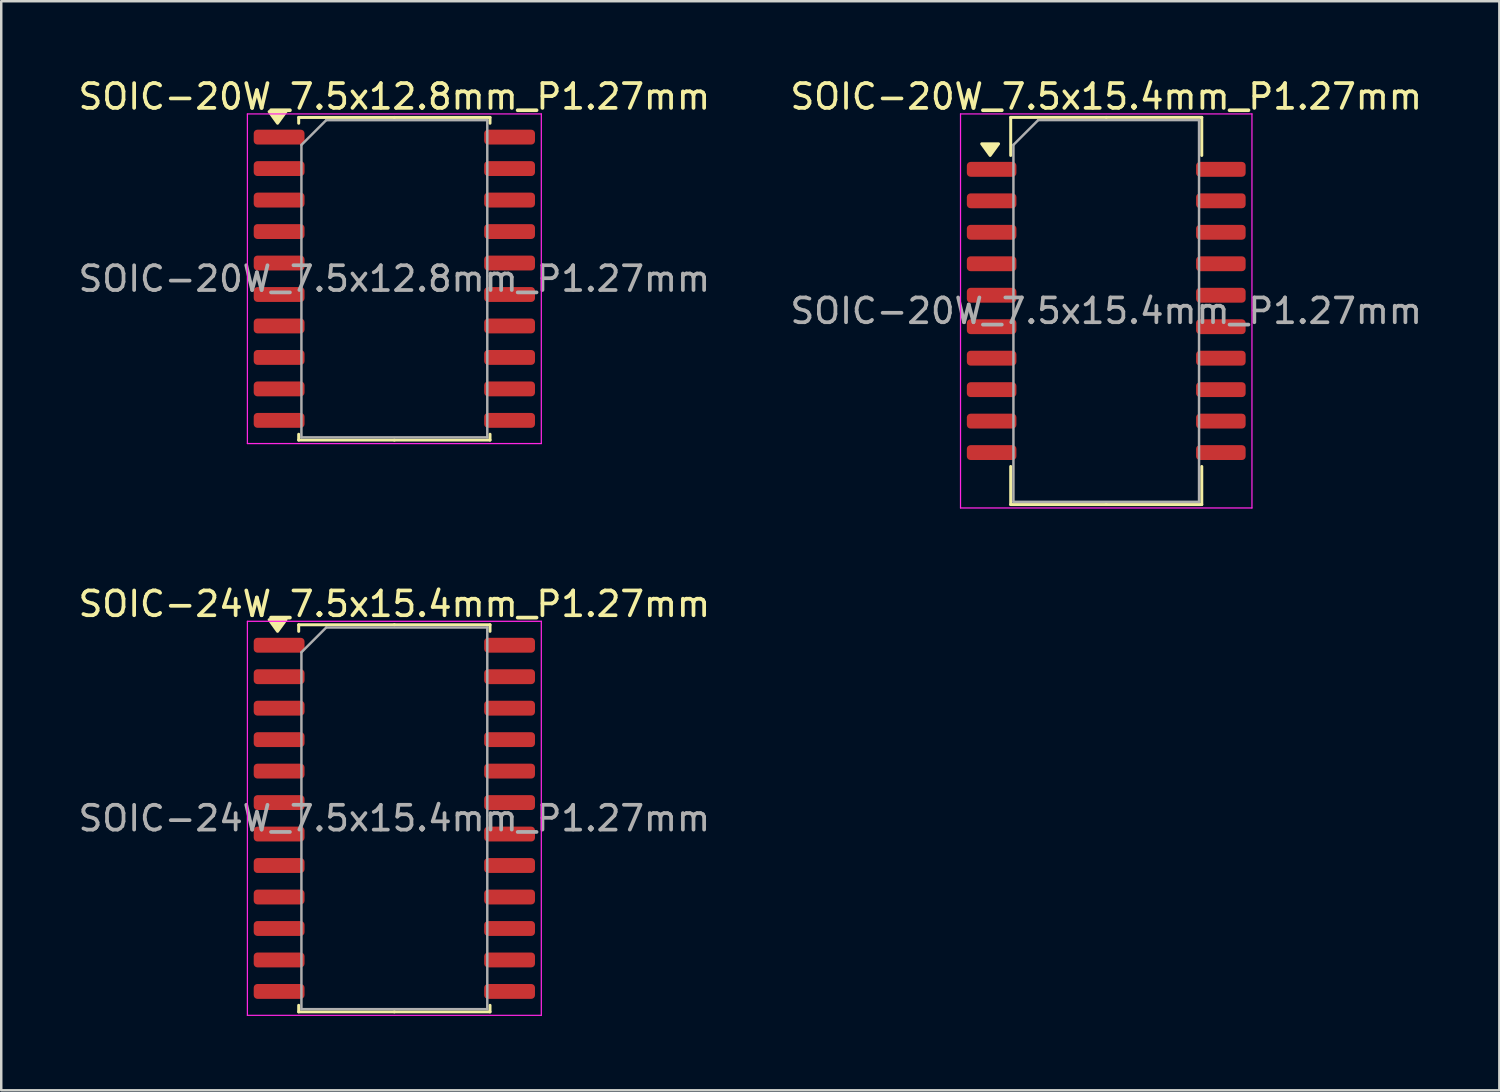
<source format=kicad_pcb>
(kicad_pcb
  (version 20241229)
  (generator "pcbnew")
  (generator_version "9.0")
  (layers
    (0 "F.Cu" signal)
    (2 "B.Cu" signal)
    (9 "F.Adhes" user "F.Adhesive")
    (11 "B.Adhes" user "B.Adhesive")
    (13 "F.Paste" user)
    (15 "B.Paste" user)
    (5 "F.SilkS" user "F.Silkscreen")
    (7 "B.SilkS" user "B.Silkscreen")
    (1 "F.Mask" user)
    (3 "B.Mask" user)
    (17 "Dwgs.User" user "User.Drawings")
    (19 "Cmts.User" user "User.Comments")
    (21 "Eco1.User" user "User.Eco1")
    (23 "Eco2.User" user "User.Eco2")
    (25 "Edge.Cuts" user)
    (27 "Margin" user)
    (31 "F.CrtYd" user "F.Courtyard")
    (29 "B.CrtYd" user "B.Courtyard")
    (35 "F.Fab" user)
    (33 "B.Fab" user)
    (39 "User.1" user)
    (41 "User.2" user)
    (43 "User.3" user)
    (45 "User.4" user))
  (footprint "SOIC-20W_7.5x15.4mm_P1.27mm"
    (layer "F.Cu")
    (at 41.589 9.498)
    (property "Reference" "SOIC-20W_7.5x15.4mm_P1.27mm" (at 0 -8.65 0) (layer "F.SilkS") (effects (font (size 1 1) (thickness 0.15))))
    (attr smd)
    (fp_line (start -3.855 -7.812) (end -3.855 -6.275) (stroke (width 0.12) (type solid)) (layer "F.SilkS"))
    (fp_line (start -3.855 7.812) (end -3.855 6.275) (stroke (width 0.12) (type solid)) (layer "F.SilkS"))
    (fp_line (start 0 -7.812) (end -3.855 -7.812) (stroke (width 0.12) (type solid)) (layer "F.SilkS"))
    (fp_line (start 0 -7.812) (end 3.855 -7.812) (stroke (width 0.12) (type solid)) (layer "F.SilkS"))
    (fp_line (start 0 7.812) (end -3.855 7.812) (stroke (width 0.12) (type solid)) (layer "F.SilkS"))
    (fp_line (start 0 7.812) (end 3.855 7.812) (stroke (width 0.12) (type solid)) (layer "F.SilkS"))
    (fp_line (start 3.855 -7.812) (end 3.855 -6.275) (stroke (width 0.12) (type solid)) (layer "F.SilkS"))
    (fp_line (start 3.855 7.812) (end 3.855 6.275) (stroke (width 0.12) (type solid)) (layer "F.SilkS"))
    (fp_poly (pts (xy -4.685 -6.275) (xy -5.025 -6.745) (xy -4.345 -6.745) (xy -4.685 -6.275)) (stroke (width 0.12) (type solid)) (fill yes) (layer "F.SilkS"))
    (fp_line (start -5.88 -7.95) (end -5.88 7.95) (stroke (width 0.05) (type solid)) (layer "F.CrtYd"))
    (fp_line (start -5.88 7.95) (end 5.88 7.95) (stroke (width 0.05) (type solid)) (layer "F.CrtYd"))
    (fp_line (start 5.88 -7.95) (end -5.88 -7.95) (stroke (width 0.05) (type solid)) (layer "F.CrtYd"))
    (fp_line (start 5.88 7.95) (end 5.88 -7.95) (stroke (width 0.05) (type solid)) (layer "F.CrtYd"))
    (fp_line (start -3.745 -6.702) (end -2.745 -7.702) (stroke (width 0.1) (type solid)) (layer "F.Fab"))
    (fp_line (start -3.745 7.702) (end -3.745 -6.702) (stroke (width 0.1) (type solid)) (layer "F.Fab"))
    (fp_line (start -2.745 -7.702) (end 3.745 -7.702) (stroke (width 0.1) (type solid)) (layer "F.Fab"))
    (fp_line (start 3.745 -7.702) (end 3.745 7.702) (stroke (width 0.1) (type solid)) (layer "F.Fab"))
    (fp_line (start 3.745 7.702) (end -3.745 7.702) (stroke (width 0.1) (type solid)) (layer "F.Fab"))
    (fp_text user "${REFERENCE}" (at 0 0 0) (layer "F.Fab") (effects (font (size 1 1) (thickness 0.15))))
    (pad "1" smd roundrect (at -4.625 -5.715) (size 2 0.6) (layers "F.Cu" "F.Mask" "F.Paste") (roundrect_rratio 0.25))
    (pad "2" smd roundrect (at -4.625 -4.445) (size 2 0.6) (layers "F.Cu" "F.Mask" "F.Paste") (roundrect_rratio 0.25))
    (pad "3" smd roundrect (at -4.625 -3.175) (size 2 0.6) (layers "F.Cu" "F.Mask" "F.Paste") (roundrect_rratio 0.25))
    (pad "4" smd roundrect (at -4.625 -1.905) (size 2 0.6) (layers "F.Cu" "F.Mask" "F.Paste") (roundrect_rratio 0.25))
    (pad "5" smd roundrect (at -4.625 -0.635) (size 2 0.6) (layers "F.Cu" "F.Mask" "F.Paste") (roundrect_rratio 0.25))
    (pad "6" smd roundrect (at -4.625 0.635) (size 2 0.6) (layers "F.Cu" "F.Mask" "F.Paste") (roundrect_rratio 0.25))
    (pad "7" smd roundrect (at -4.625 1.905) (size 2 0.6) (layers "F.Cu" "F.Mask" "F.Paste") (roundrect_rratio 0.25))
    (pad "8" smd roundrect (at -4.625 3.175) (size 2 0.6) (layers "F.Cu" "F.Mask" "F.Paste") (roundrect_rratio 0.25))
    (pad "9" smd roundrect (at -4.625 4.445) (size 2 0.6) (layers "F.Cu" "F.Mask" "F.Paste") (roundrect_rratio 0.25))
    (pad "10" smd roundrect (at -4.625 5.715) (size 2 0.6) (layers "F.Cu" "F.Mask" "F.Paste") (roundrect_rratio 0.25))
    (pad "11" smd roundrect (at 4.625 5.715) (size 2 0.6) (layers "F.Cu" "F.Mask" "F.Paste") (roundrect_rratio 0.25))
    (pad "12" smd roundrect (at 4.625 4.445) (size 2 0.6) (layers "F.Cu" "F.Mask" "F.Paste") (roundrect_rratio 0.25))
    (pad "13" smd roundrect (at 4.625 3.175) (size 2 0.6) (layers "F.Cu" "F.Mask" "F.Paste") (roundrect_rratio 0.25))
    (pad "14" smd roundrect (at 4.625 1.905) (size 2 0.6) (layers "F.Cu" "F.Mask" "F.Paste") (roundrect_rratio 0.25))
    (pad "15" smd roundrect (at 4.625 0.635) (size 2 0.6) (layers "F.Cu" "F.Mask" "F.Paste") (roundrect_rratio 0.25))
    (pad "16" smd roundrect (at 4.625 -0.635) (size 2 0.6) (layers "F.Cu" "F.Mask" "F.Paste") (roundrect_rratio 0.25))
    (pad "17" smd roundrect (at 4.625 -1.905) (size 2 0.6) (layers "F.Cu" "F.Mask" "F.Paste") (roundrect_rratio 0.25))
    (pad "18" smd roundrect (at 4.625 -3.175) (size 2 0.6) (layers "F.Cu" "F.Mask" "F.Paste") (roundrect_rratio 0.25))
    (pad "19" smd roundrect (at 4.625 -4.445) (size 2 0.6) (layers "F.Cu" "F.Mask" "F.Paste") (roundrect_rratio 0.25))
    (pad "20" smd roundrect (at 4.625 -5.715) (size 2 0.6) (layers "F.Cu" "F.Mask" "F.Paste") (roundrect_rratio 0.25)))
  (footprint "SOIC-24W_7.5x15.4mm_P1.27mm"
    (layer "F.Cu")
    (at 12.863 29.971)
    (property "Reference" "SOIC-24W_7.5x15.4mm_P1.27mm" (at 0 -8.65 0) (layer "F.SilkS") (effects (font (size 1 1) (thickness 0.15))))
    (attr smd)
    (fp_line (start -3.86 -7.81) (end -3.86 -7.545) (stroke (width 0.12) (type solid)) (layer "F.SilkS"))
    (fp_line (start -3.86 7.81) (end -3.86 7.545) (stroke (width 0.12) (type solid)) (layer "F.SilkS"))
    (fp_line (start 0 -7.81) (end -3.86 -7.81) (stroke (width 0.12) (type solid)) (layer "F.SilkS"))
    (fp_line (start 0 -7.81) (end 3.86 -7.81) (stroke (width 0.12) (type solid)) (layer "F.SilkS"))
    (fp_line (start 0 7.81) (end -3.86 7.81) (stroke (width 0.12) (type solid)) (layer "F.SilkS"))
    (fp_line (start 0 7.81) (end 3.86 7.81) (stroke (width 0.12) (type solid)) (layer "F.SilkS"))
    (fp_line (start 3.86 -7.81) (end 3.86 -7.545) (stroke (width 0.12) (type solid)) (layer "F.SilkS"))
    (fp_line (start 3.86 7.81) (end 3.86 7.545) (stroke (width 0.12) (type solid)) (layer "F.SilkS"))
    (fp_poly (pts (xy -4.713 -7.545) (xy -5.053 -8.015) (xy -4.372 -8.015) (xy -4.713 -7.545)) (stroke (width 0.12) (type solid)) (fill yes) (layer "F.SilkS"))
    (fp_line (start -5.93 -7.95) (end -5.93 7.95) (stroke (width 0.05) (type solid)) (layer "F.CrtYd"))
    (fp_line (start -5.93 7.95) (end 5.93 7.95) (stroke (width 0.05) (type solid)) (layer "F.CrtYd"))
    (fp_line (start 5.93 -7.95) (end -5.93 -7.95) (stroke (width 0.05) (type solid)) (layer "F.CrtYd"))
    (fp_line (start 5.93 7.95) (end 5.93 -7.95) (stroke (width 0.05) (type solid)) (layer "F.CrtYd"))
    (fp_line (start -3.75 -6.7) (end -2.75 -7.7) (stroke (width 0.1) (type solid)) (layer "F.Fab"))
    (fp_line (start -3.75 7.7) (end -3.75 -6.7) (stroke (width 0.1) (type solid)) (layer "F.Fab"))
    (fp_line (start -2.75 -7.7) (end 3.75 -7.7) (stroke (width 0.1) (type solid)) (layer "F.Fab"))
    (fp_line (start 3.75 -7.7) (end 3.75 7.7) (stroke (width 0.1) (type solid)) (layer "F.Fab"))
    (fp_line (start 3.75 7.7) (end -3.75 7.7) (stroke (width 0.1) (type solid)) (layer "F.Fab"))
    (fp_text user "${REFERENCE}" (at 0 0 0) (layer "F.Fab") (effects (font (size 1 1) (thickness 0.15))))
    (pad "1" smd roundrect (at -4.65 -6.985) (size 2.05 0.6) (layers "F.Cu" "F.Mask" "F.Paste") (roundrect_rratio 0.25))
    (pad "2" smd roundrect (at -4.65 -5.715) (size 2.05 0.6) (layers "F.Cu" "F.Mask" "F.Paste") (roundrect_rratio 0.25))
    (pad "3" smd roundrect (at -4.65 -4.445) (size 2.05 0.6) (layers "F.Cu" "F.Mask" "F.Paste") (roundrect_rratio 0.25))
    (pad "4" smd roundrect (at -4.65 -3.175) (size 2.05 0.6) (layers "F.Cu" "F.Mask" "F.Paste") (roundrect_rratio 0.25))
    (pad "5" smd roundrect (at -4.65 -1.905) (size 2.05 0.6) (layers "F.Cu" "F.Mask" "F.Paste") (roundrect_rratio 0.25))
    (pad "6" smd roundrect (at -4.65 -0.635) (size 2.05 0.6) (layers "F.Cu" "F.Mask" "F.Paste") (roundrect_rratio 0.25))
    (pad "7" smd roundrect (at -4.65 0.635) (size 2.05 0.6) (layers "F.Cu" "F.Mask" "F.Paste") (roundrect_rratio 0.25))
    (pad "8" smd roundrect (at -4.65 1.905) (size 2.05 0.6) (layers "F.Cu" "F.Mask" "F.Paste") (roundrect_rratio 0.25))
    (pad "9" smd roundrect (at -4.65 3.175) (size 2.05 0.6) (layers "F.Cu" "F.Mask" "F.Paste") (roundrect_rratio 0.25))
    (pad "10" smd roundrect (at -4.65 4.445) (size 2.05 0.6) (layers "F.Cu" "F.Mask" "F.Paste") (roundrect_rratio 0.25))
    (pad "11" smd roundrect (at -4.65 5.715) (size 2.05 0.6) (layers "F.Cu" "F.Mask" "F.Paste") (roundrect_rratio 0.25))
    (pad "12" smd roundrect (at -4.65 6.985) (size 2.05 0.6) (layers "F.Cu" "F.Mask" "F.Paste") (roundrect_rratio 0.25))
    (pad "13" smd roundrect (at 4.65 6.985) (size 2.05 0.6) (layers "F.Cu" "F.Mask" "F.Paste") (roundrect_rratio 0.25))
    (pad "14" smd roundrect (at 4.65 5.715) (size 2.05 0.6) (layers "F.Cu" "F.Mask" "F.Paste") (roundrect_rratio 0.25))
    (pad "15" smd roundrect (at 4.65 4.445) (size 2.05 0.6) (layers "F.Cu" "F.Mask" "F.Paste") (roundrect_rratio 0.25))
    (pad "16" smd roundrect (at 4.65 3.175) (size 2.05 0.6) (layers "F.Cu" "F.Mask" "F.Paste") (roundrect_rratio 0.25))
    (pad "17" smd roundrect (at 4.65 1.905) (size 2.05 0.6) (layers "F.Cu" "F.Mask" "F.Paste") (roundrect_rratio 0.25))
    (pad "18" smd roundrect (at 4.65 0.635) (size 2.05 0.6) (layers "F.Cu" "F.Mask" "F.Paste") (roundrect_rratio 0.25))
    (pad "19" smd roundrect (at 4.65 -0.635) (size 2.05 0.6) (layers "F.Cu" "F.Mask" "F.Paste") (roundrect_rratio 0.25))
    (pad "20" smd roundrect (at 4.65 -1.905) (size 2.05 0.6) (layers "F.Cu" "F.Mask" "F.Paste") (roundrect_rratio 0.25))
    (pad "21" smd roundrect (at 4.65 -3.175) (size 2.05 0.6) (layers "F.Cu" "F.Mask" "F.Paste") (roundrect_rratio 0.25))
    (pad "22" smd roundrect (at 4.65 -4.445) (size 2.05 0.6) (layers "F.Cu" "F.Mask" "F.Paste") (roundrect_rratio 0.25))
    (pad "23" smd roundrect (at 4.65 -5.715) (size 2.05 0.6) (layers "F.Cu" "F.Mask" "F.Paste") (roundrect_rratio 0.25))
    (pad "24" smd roundrect (at 4.65 -6.985) (size 2.05 0.6) (layers "F.Cu" "F.Mask" "F.Paste") (roundrect_rratio 0.25)))
  (footprint "SOIC-20W_7.5x12.8mm_P1.27mm"
    (layer "F.Cu")
    (at 12.863 8.198)
    (property "Reference" "SOIC-20W_7.5x12.8mm_P1.27mm" (at 0 -7.35 0) (layer "F.SilkS") (effects (font (size 1 1) (thickness 0.15))))
    (attr smd)
    (fp_line (start -3.86 -6.51) (end -3.86 -6.275) (stroke (width 0.12) (type solid)) (layer "F.SilkS"))
    (fp_line (start -3.86 6.51) (end -3.86 6.275) (stroke (width 0.12) (type solid)) (layer "F.SilkS"))
    (fp_line (start 0 -6.51) (end -3.86 -6.51) (stroke (width 0.12) (type solid)) (layer "F.SilkS"))
    (fp_line (start 0 -6.51) (end 3.86 -6.51) (stroke (width 0.12) (type solid)) (layer "F.SilkS"))
    (fp_line (start 0 6.51) (end -3.86 6.51) (stroke (width 0.12) (type solid)) (layer "F.SilkS"))
    (fp_line (start 0 6.51) (end 3.86 6.51) (stroke (width 0.12) (type solid)) (layer "F.SilkS"))
    (fp_line (start 3.86 -6.51) (end 3.86 -6.275) (stroke (width 0.12) (type solid)) (layer "F.SilkS"))
    (fp_line (start 3.86 6.51) (end 3.86 6.275) (stroke (width 0.12) (type solid)) (layer "F.SilkS"))
    (fp_poly (pts (xy -4.713 -6.275) (xy -5.053 -6.745) (xy -4.372 -6.745) (xy -4.713 -6.275)) (stroke (width 0.12) (type solid)) (fill yes) (layer "F.SilkS"))
    (fp_line (start -5.93 -6.65) (end -5.93 6.65) (stroke (width 0.05) (type solid)) (layer "F.CrtYd"))
    (fp_line (start -5.93 6.65) (end 5.93 6.65) (stroke (width 0.05) (type solid)) (layer "F.CrtYd"))
    (fp_line (start 5.93 -6.65) (end -5.93 -6.65) (stroke (width 0.05) (type solid)) (layer "F.CrtYd"))
    (fp_line (start 5.93 6.65) (end 5.93 -6.65) (stroke (width 0.05) (type solid)) (layer "F.CrtYd"))
    (fp_line (start -3.75 -5.4) (end -2.75 -6.4) (stroke (width 0.1) (type solid)) (layer "F.Fab"))
    (fp_line (start -3.75 6.4) (end -3.75 -5.4) (stroke (width 0.1) (type solid)) (layer "F.Fab"))
    (fp_line (start -2.75 -6.4) (end 3.75 -6.4) (stroke (width 0.1) (type solid)) (layer "F.Fab"))
    (fp_line (start 3.75 -6.4) (end 3.75 6.4) (stroke (width 0.1) (type solid)) (layer "F.Fab"))
    (fp_line (start 3.75 6.4) (end -3.75 6.4) (stroke (width 0.1) (type solid)) (layer "F.Fab"))
    (fp_text user "${REFERENCE}" (at 0 0 0) (layer "F.Fab") (effects (font (size 1 1) (thickness 0.15))))
    (pad "1" smd roundrect (at -4.65 -5.715) (size 2.05 0.6) (layers "F.Cu" "F.Mask" "F.Paste") (roundrect_rratio 0.25))
    (pad "2" smd roundrect (at -4.65 -4.445) (size 2.05 0.6) (layers "F.Cu" "F.Mask" "F.Paste") (roundrect_rratio 0.25))
    (pad "3" smd roundrect (at -4.65 -3.175) (size 2.05 0.6) (layers "F.Cu" "F.Mask" "F.Paste") (roundrect_rratio 0.25))
    (pad "4" smd roundrect (at -4.65 -1.905) (size 2.05 0.6) (layers "F.Cu" "F.Mask" "F.Paste") (roundrect_rratio 0.25))
    (pad "5" smd roundrect (at -4.65 -0.635) (size 2.05 0.6) (layers "F.Cu" "F.Mask" "F.Paste") (roundrect_rratio 0.25))
    (pad "6" smd roundrect (at -4.65 0.635) (size 2.05 0.6) (layers "F.Cu" "F.Mask" "F.Paste") (roundrect_rratio 0.25))
    (pad "7" smd roundrect (at -4.65 1.905) (size 2.05 0.6) (layers "F.Cu" "F.Mask" "F.Paste") (roundrect_rratio 0.25))
    (pad "8" smd roundrect (at -4.65 3.175) (size 2.05 0.6) (layers "F.Cu" "F.Mask" "F.Paste") (roundrect_rratio 0.25))
    (pad "9" smd roundrect (at -4.65 4.445) (size 2.05 0.6) (layers "F.Cu" "F.Mask" "F.Paste") (roundrect_rratio 0.25))
    (pad "10" smd roundrect (at -4.65 5.715) (size 2.05 0.6) (layers "F.Cu" "F.Mask" "F.Paste") (roundrect_rratio 0.25))
    (pad "11" smd roundrect (at 4.65 5.715) (size 2.05 0.6) (layers "F.Cu" "F.Mask" "F.Paste") (roundrect_rratio 0.25))
    (pad "12" smd roundrect (at 4.65 4.445) (size 2.05 0.6) (layers "F.Cu" "F.Mask" "F.Paste") (roundrect_rratio 0.25))
    (pad "13" smd roundrect (at 4.65 3.175) (size 2.05 0.6) (layers "F.Cu" "F.Mask" "F.Paste") (roundrect_rratio 0.25))
    (pad "14" smd roundrect (at 4.65 1.905) (size 2.05 0.6) (layers "F.Cu" "F.Mask" "F.Paste") (roundrect_rratio 0.25))
    (pad "15" smd roundrect (at 4.65 0.635) (size 2.05 0.6) (layers "F.Cu" "F.Mask" "F.Paste") (roundrect_rratio 0.25))
    (pad "16" smd roundrect (at 4.65 -0.635) (size 2.05 0.6) (layers "F.Cu" "F.Mask" "F.Paste") (roundrect_rratio 0.25))
    (pad "17" smd roundrect (at 4.65 -1.905) (size 2.05 0.6) (layers "F.Cu" "F.Mask" "F.Paste") (roundrect_rratio 0.25))
    (pad "18" smd roundrect (at 4.65 -3.175) (size 2.05 0.6) (layers "F.Cu" "F.Mask" "F.Paste") (roundrect_rratio 0.25))
    (pad "19" smd roundrect (at 4.65 -4.445) (size 2.05 0.6) (layers "F.Cu" "F.Mask" "F.Paste") (roundrect_rratio 0.25))
    (pad "20" smd roundrect (at 4.65 -5.715) (size 2.05 0.6) (layers "F.Cu" "F.Mask" "F.Paste") (roundrect_rratio 0.25)))
  (gr_rect
    (start -3 -3)
    (end 57.452 40.947)
    (stroke (width 0.1) (type default))
    (fill no)
    (layer "Edge.Cuts")))
</source>
